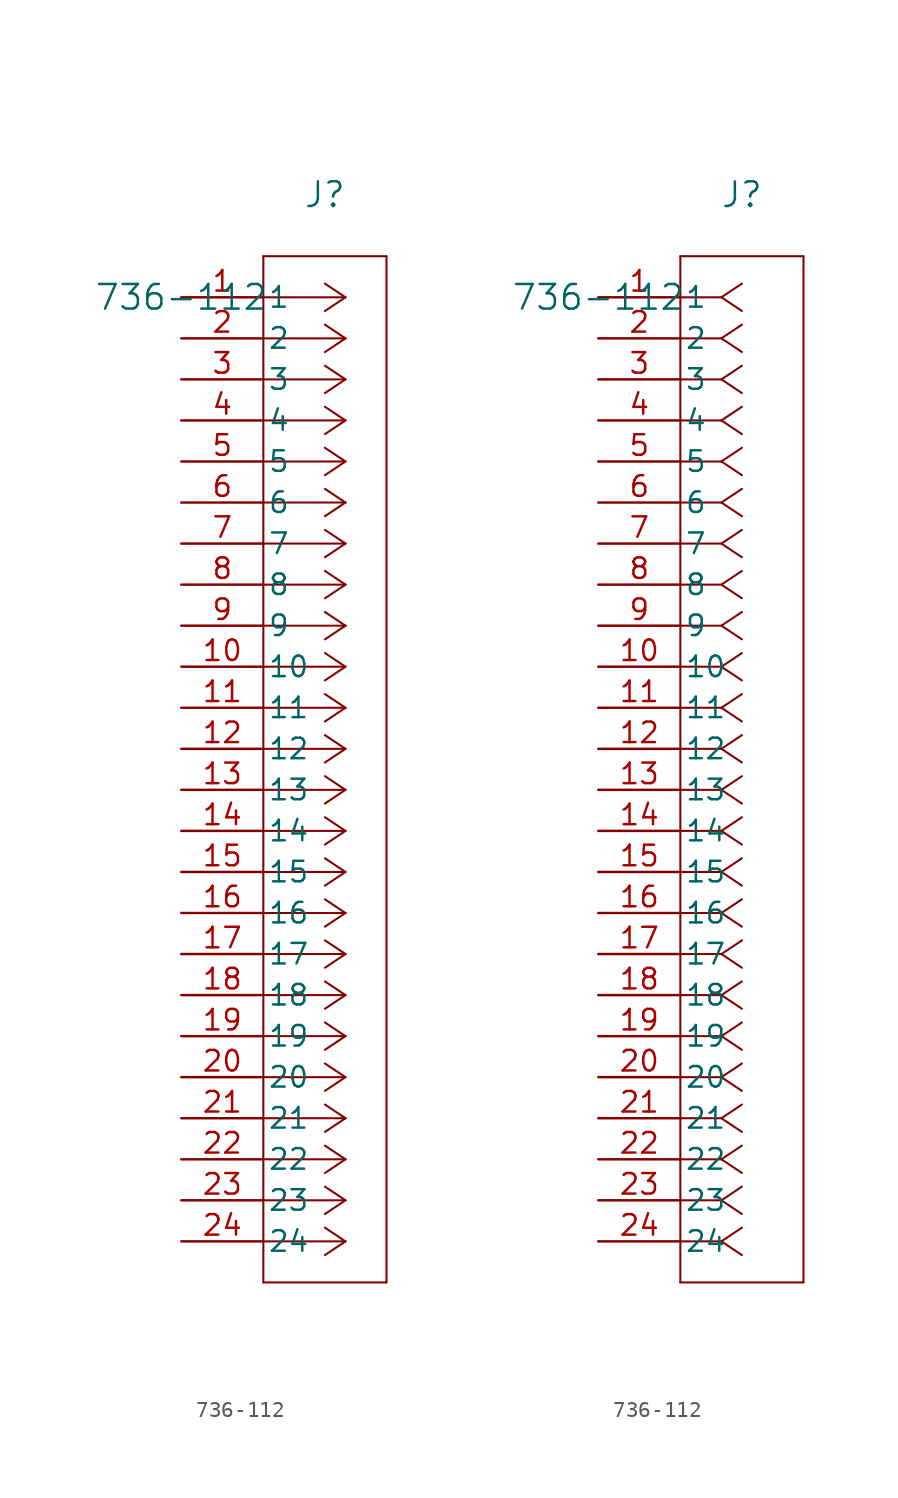
<source format=kicad_sym>
(kicad_symbol_lib
  (version 20220914)
  (generator kicad_symbol_editor)
  (symbol "736-112"
    (pin_names
      (offset 0.254))
    (property "Reference" "J"
      (at 8.89 6.35 0)
      (effects (font (size 1.524 1.524))))
    (property "Value" "736-112"
      (at 0 0 0)
      (effects (font (size 1.524 1.524))))
    (property "ki_locked" ""
      (at 0 0 0)
      (effects (font (size 1.27 1.27))))
    (symbol "736-112_1_1"
      (polyline (pts (xy 5.08 -60.96) (xy 12.7 -60.96)) (stroke (width 0.127) (type default)) (fill (type none)))
      (polyline (pts (xy 5.08 2.54) (xy 5.08 -60.96)) (stroke (width 0.127) (type default)) (fill (type none)))
      (polyline (pts (xy 10.16 -58.42) (xy 5.08 -58.42)) (stroke (width 0.127) (type default)) (fill (type none)))
      (polyline (pts (xy 10.16 -58.42) (xy 8.89 -59.267)) (stroke (width 0.127) (type default)) (fill (type none)))
      (polyline (pts (xy 10.16 -58.42) (xy 8.89 -57.573)) (stroke (width 0.127) (type default)) (fill (type none)))
      (polyline (pts (xy 10.16 -55.88) (xy 5.08 -55.88)) (stroke (width 0.127) (type default)) (fill (type none)))
      (polyline (pts (xy 10.16 -55.88) (xy 8.89 -56.727)) (stroke (width 0.127) (type default)) (fill (type none)))
      (polyline (pts (xy 10.16 -55.88) (xy 8.89 -55.033)) (stroke (width 0.127) (type default)) (fill (type none)))
      (polyline (pts (xy 10.16 -53.34) (xy 5.08 -53.34)) (stroke (width 0.127) (type default)) (fill (type none)))
      (polyline (pts (xy 10.16 -53.34) (xy 8.89 -54.187)) (stroke (width 0.127) (type default)) (fill (type none)))
      (polyline (pts (xy 10.16 -53.34) (xy 8.89 -52.493)) (stroke (width 0.127) (type default)) (fill (type none)))
      (polyline (pts (xy 10.16 -50.8) (xy 5.08 -50.8)) (stroke (width 0.127) (type default)) (fill (type none)))
      (polyline (pts (xy 10.16 -50.8) (xy 8.89 -51.647)) (stroke (width 0.127) (type default)) (fill (type none)))
      (polyline (pts (xy 10.16 -50.8) (xy 8.89 -49.953)) (stroke (width 0.127) (type default)) (fill (type none)))
      (polyline (pts (xy 10.16 -48.26) (xy 5.08 -48.26)) (stroke (width 0.127) (type default)) (fill (type none)))
      (polyline (pts (xy 10.16 -48.26) (xy 8.89 -49.107)) (stroke (width 0.127) (type default)) (fill (type none)))
      (polyline (pts (xy 10.16 -48.26) (xy 8.89 -47.413)) (stroke (width 0.127) (type default)) (fill (type none)))
      (polyline (pts (xy 10.16 -45.72) (xy 5.08 -45.72)) (stroke (width 0.127) (type default)) (fill (type none)))
      (polyline (pts (xy 10.16 -45.72) (xy 8.89 -46.567)) (stroke (width 0.127) (type default)) (fill (type none)))
      (polyline (pts (xy 10.16 -45.72) (xy 8.89 -44.873)) (stroke (width 0.127) (type default)) (fill (type none)))
      (polyline (pts (xy 10.16 -43.18) (xy 5.08 -43.18)) (stroke (width 0.127) (type default)) (fill (type none)))
      (polyline (pts (xy 10.16 -43.18) (xy 8.89 -44.027)) (stroke (width 0.127) (type default)) (fill (type none)))
      (polyline (pts (xy 10.16 -43.18) (xy 8.89 -42.333)) (stroke (width 0.127) (type default)) (fill (type none)))
      (polyline (pts (xy 10.16 -40.64) (xy 5.08 -40.64)) (stroke (width 0.127) (type default)) (fill (type none)))
      (polyline (pts (xy 10.16 -40.64) (xy 8.89 -41.487)) (stroke (width 0.127) (type default)) (fill (type none)))
      (polyline (pts (xy 10.16 -40.64) (xy 8.89 -39.793)) (stroke (width 0.127) (type default)) (fill (type none)))
      (polyline (pts (xy 10.16 -38.1) (xy 5.08 -38.1)) (stroke (width 0.127) (type default)) (fill (type none)))
      (polyline (pts (xy 10.16 -38.1) (xy 8.89 -38.947)) (stroke (width 0.127) (type default)) (fill (type none)))
      (polyline (pts (xy 10.16 -38.1) (xy 8.89 -37.253)) (stroke (width 0.127) (type default)) (fill (type none)))
      (polyline (pts (xy 10.16 -35.56) (xy 5.08 -35.56)) (stroke (width 0.127) (type default)) (fill (type none)))
      (polyline (pts (xy 10.16 -35.56) (xy 8.89 -36.407)) (stroke (width 0.127) (type default)) (fill (type none)))
      (polyline (pts (xy 10.16 -35.56) (xy 8.89 -34.713)) (stroke (width 0.127) (type default)) (fill (type none)))
      (polyline (pts (xy 10.16 -33.02) (xy 5.08 -33.02)) (stroke (width 0.127) (type default)) (fill (type none)))
      (polyline (pts (xy 10.16 -33.02) (xy 8.89 -33.867)) (stroke (width 0.127) (type default)) (fill (type none)))
      (polyline (pts (xy 10.16 -33.02) (xy 8.89 -32.173)) (stroke (width 0.127) (type default)) (fill (type none)))
      (polyline (pts (xy 10.16 -30.48) (xy 5.08 -30.48)) (stroke (width 0.127) (type default)) (fill (type none)))
      (polyline (pts (xy 10.16 -30.48) (xy 8.89 -31.327)) (stroke (width 0.127) (type default)) (fill (type none)))
      (polyline (pts (xy 10.16 -30.48) (xy 8.89 -29.633)) (stroke (width 0.127) (type default)) (fill (type none)))
      (polyline (pts (xy 10.16 -27.94) (xy 5.08 -27.94)) (stroke (width 0.127) (type default)) (fill (type none)))
      (polyline (pts (xy 10.16 -27.94) (xy 8.89 -28.787)) (stroke (width 0.127) (type default)) (fill (type none)))
      (polyline (pts (xy 10.16 -27.94) (xy 8.89 -27.093)) (stroke (width 0.127) (type default)) (fill (type none)))
      (polyline (pts (xy 10.16 -25.4) (xy 5.08 -25.4)) (stroke (width 0.127) (type default)) (fill (type none)))
      (polyline (pts (xy 10.16 -25.4) (xy 8.89 -26.247)) (stroke (width 0.127) (type default)) (fill (type none)))
      (polyline (pts (xy 10.16 -25.4) (xy 8.89 -24.553)) (stroke (width 0.127) (type default)) (fill (type none)))
      (polyline (pts (xy 10.16 -22.86) (xy 5.08 -22.86)) (stroke (width 0.127) (type default)) (fill (type none)))
      (polyline (pts (xy 10.16 -22.86) (xy 8.89 -23.707)) (stroke (width 0.127) (type default)) (fill (type none)))
      (polyline (pts (xy 10.16 -22.86) (xy 8.89 -22.013)) (stroke (width 0.127) (type default)) (fill (type none)))
      (polyline (pts (xy 10.16 -20.32) (xy 5.08 -20.32)) (stroke (width 0.127) (type default)) (fill (type none)))
      (polyline (pts (xy 10.16 -20.32) (xy 8.89 -21.167)) (stroke (width 0.127) (type default)) (fill (type none)))
      (polyline (pts (xy 10.16 -20.32) (xy 8.89 -19.473)) (stroke (width 0.127) (type default)) (fill (type none)))
      (polyline (pts (xy 10.16 -17.78) (xy 5.08 -17.78)) (stroke (width 0.127) (type default)) (fill (type none)))
      (polyline (pts (xy 10.16 -17.78) (xy 8.89 -18.627)) (stroke (width 0.127) (type default)) (fill (type none)))
      (polyline (pts (xy 10.16 -17.78) (xy 8.89 -16.933)) (stroke (width 0.127) (type default)) (fill (type none)))
      (polyline (pts (xy 10.16 -15.24) (xy 5.08 -15.24)) (stroke (width 0.127) (type default)) (fill (type none)))
      (polyline (pts (xy 10.16 -15.24) (xy 8.89 -16.087)) (stroke (width 0.127) (type default)) (fill (type none)))
      (polyline (pts (xy 10.16 -15.24) (xy 8.89 -14.393)) (stroke (width 0.127) (type default)) (fill (type none)))
      (polyline (pts (xy 10.16 -12.7) (xy 5.08 -12.7)) (stroke (width 0.127) (type default)) (fill (type none)))
      (polyline (pts (xy 10.16 -12.7) (xy 8.89 -13.547)) (stroke (width 0.127) (type default)) (fill (type none)))
      (polyline (pts (xy 10.16 -12.7) (xy 8.89 -11.853)) (stroke (width 0.127) (type default)) (fill (type none)))
      (polyline (pts (xy 10.16 -10.16) (xy 5.08 -10.16)) (stroke (width 0.127) (type default)) (fill (type none)))
      (polyline (pts (xy 10.16 -10.16) (xy 8.89 -11.007)) (stroke (width 0.127) (type default)) (fill (type none)))
      (polyline (pts (xy 10.16 -10.16) (xy 8.89 -9.313)) (stroke (width 0.127) (type default)) (fill (type none)))
      (polyline (pts (xy 10.16 -7.62) (xy 5.08 -7.62)) (stroke (width 0.127) (type default)) (fill (type none)))
      (polyline (pts (xy 10.16 -7.62) (xy 8.89 -8.467)) (stroke (width 0.127) (type default)) (fill (type none)))
      (polyline (pts (xy 10.16 -7.62) (xy 8.89 -6.773)) (stroke (width 0.127) (type default)) (fill (type none)))
      (polyline (pts (xy 10.16 -5.08) (xy 5.08 -5.08)) (stroke (width 0.127) (type default)) (fill (type none)))
      (polyline (pts (xy 10.16 -5.08) (xy 8.89 -5.927)) (stroke (width 0.127) (type default)) (fill (type none)))
      (polyline (pts (xy 10.16 -5.08) (xy 8.89 -4.233)) (stroke (width 0.127) (type default)) (fill (type none)))
      (polyline (pts (xy 10.16 -2.54) (xy 5.08 -2.54)) (stroke (width 0.127) (type default)) (fill (type none)))
      (polyline (pts (xy 10.16 -2.54) (xy 8.89 -3.387)) (stroke (width 0.127) (type default)) (fill (type none)))
      (polyline (pts (xy 10.16 -2.54) (xy 8.89 -1.693)) (stroke (width 0.127) (type default)) (fill (type none)))
      (polyline (pts (xy 10.16 0) (xy 5.08 0)) (stroke (width 0.127) (type default)) (fill (type none)))
      (polyline (pts (xy 10.16 0) (xy 8.89 -0.847)) (stroke (width 0.127) (type default)) (fill (type none)))
      (polyline (pts (xy 10.16 0) (xy 8.89 0.847)) (stroke (width 0.127) (type default)) (fill (type none)))
      (polyline (pts (xy 12.7 -60.96) (xy 12.7 2.54)) (stroke (width 0.127) (type default)) (fill (type none)))
      (polyline (pts (xy 12.7 2.54) (xy 5.08 2.54)) (stroke (width 0.127) (type default)) (fill (type none)))
      (pin unspecified line (at 0 0 0) (length 5.08) (name "1" (effects (font (size 1.27 1.27)))) (number "1" (effects (font (size 1.27 1.27)))))
      (pin unspecified line (at 0 -22.86 0) (length 5.08) (name "10" (effects (font (size 1.27 1.27)))) (number "10" (effects (font (size 1.27 1.27)))))
      (pin unspecified line (at 0 -25.4 0) (length 5.08) (name "11" (effects (font (size 1.27 1.27)))) (number "11" (effects (font (size 1.27 1.27)))))
      (pin unspecified line (at 0 -27.94 0) (length 5.08) (name "12" (effects (font (size 1.27 1.27)))) (number "12" (effects (font (size 1.27 1.27)))))
      (pin unspecified line (at 0 -30.48 0) (length 5.08) (name "13" (effects (font (size 1.27 1.27)))) (number "13" (effects (font (size 1.27 1.27)))))
      (pin unspecified line (at 0 -33.02 0) (length 5.08) (name "14" (effects (font (size 1.27 1.27)))) (number "14" (effects (font (size 1.27 1.27)))))
      (pin unspecified line (at 0 -35.56 0) (length 5.08) (name "15" (effects (font (size 1.27 1.27)))) (number "15" (effects (font (size 1.27 1.27)))))
      (pin unspecified line (at 0 -38.1 0) (length 5.08) (name "16" (effects (font (size 1.27 1.27)))) (number "16" (effects (font (size 1.27 1.27)))))
      (pin unspecified line (at 0 -40.64 0) (length 5.08) (name "17" (effects (font (size 1.27 1.27)))) (number "17" (effects (font (size 1.27 1.27)))))
      (pin unspecified line (at 0 -43.18 0) (length 5.08) (name "18" (effects (font (size 1.27 1.27)))) (number "18" (effects (font (size 1.27 1.27)))))
      (pin unspecified line (at 0 -45.72 0) (length 5.08) (name "19" (effects (font (size 1.27 1.27)))) (number "19" (effects (font (size 1.27 1.27)))))
      (pin unspecified line (at 0 -2.54 0) (length 5.08) (name "2" (effects (font (size 1.27 1.27)))) (number "2" (effects (font (size 1.27 1.27)))))
      (pin unspecified line (at 0 -48.26 0) (length 5.08) (name "20" (effects (font (size 1.27 1.27)))) (number "20" (effects (font (size 1.27 1.27)))))
      (pin unspecified line (at 0 -50.8 0) (length 5.08) (name "21" (effects (font (size 1.27 1.27)))) (number "21" (effects (font (size 1.27 1.27)))))
      (pin unspecified line (at 0 -53.34 0) (length 5.08) (name "22" (effects (font (size 1.27 1.27)))) (number "22" (effects (font (size 1.27 1.27)))))
      (pin unspecified line (at 0 -55.88 0) (length 5.08) (name "23" (effects (font (size 1.27 1.27)))) (number "23" (effects (font (size 1.27 1.27)))))
      (pin unspecified line (at 0 -58.42 0) (length 5.08) (name "24" (effects (font (size 1.27 1.27)))) (number "24" (effects (font (size 1.27 1.27)))))
      (pin unspecified line (at 0 -5.08 0) (length 5.08) (name "3" (effects (font (size 1.27 1.27)))) (number "3" (effects (font (size 1.27 1.27)))))
      (pin unspecified line (at 0 -7.62 0) (length 5.08) (name "4" (effects (font (size 1.27 1.27)))) (number "4" (effects (font (size 1.27 1.27)))))
      (pin unspecified line (at 0 -10.16 0) (length 5.08) (name "5" (effects (font (size 1.27 1.27)))) (number "5" (effects (font (size 1.27 1.27)))))
      (pin unspecified line (at 0 -12.7 0) (length 5.08) (name "6" (effects (font (size 1.27 1.27)))) (number "6" (effects (font (size 1.27 1.27)))))
      (pin unspecified line (at 0 -15.24 0) (length 5.08) (name "7" (effects (font (size 1.27 1.27)))) (number "7" (effects (font (size 1.27 1.27)))))
      (pin unspecified line (at 0 -17.78 0) (length 5.08) (name "8" (effects (font (size 1.27 1.27)))) (number "8" (effects (font (size 1.27 1.27)))))
      (pin unspecified line (at 0 -20.32 0) (length 5.08) (name "9" (effects (font (size 1.27 1.27)))) (number "9" (effects (font (size 1.27 1.27))))))
    (symbol "736-112_1_2"
      (polyline (pts (xy 5.08 -60.96) (xy 12.7 -60.96)) (stroke (width 0.127) (type default)) (fill (type none)))
      (polyline (pts (xy 5.08 2.54) (xy 5.08 -60.96)) (stroke (width 0.127) (type default)) (fill (type none)))
      (polyline (pts (xy 7.62 -58.42) (xy 5.08 -58.42)) (stroke (width 0.127) (type default)) (fill (type none)))
      (polyline (pts (xy 7.62 -58.42) (xy 8.89 -59.267)) (stroke (width 0.127) (type default)) (fill (type none)))
      (polyline (pts (xy 7.62 -58.42) (xy 8.89 -57.573)) (stroke (width 0.127) (type default)) (fill (type none)))
      (polyline (pts (xy 7.62 -55.88) (xy 5.08 -55.88)) (stroke (width 0.127) (type default)) (fill (type none)))
      (polyline (pts (xy 7.62 -55.88) (xy 8.89 -56.727)) (stroke (width 0.127) (type default)) (fill (type none)))
      (polyline (pts (xy 7.62 -55.88) (xy 8.89 -55.033)) (stroke (width 0.127) (type default)) (fill (type none)))
      (polyline (pts (xy 7.62 -53.34) (xy 5.08 -53.34)) (stroke (width 0.127) (type default)) (fill (type none)))
      (polyline (pts (xy 7.62 -53.34) (xy 8.89 -54.187)) (stroke (width 0.127) (type default)) (fill (type none)))
      (polyline (pts (xy 7.62 -53.34) (xy 8.89 -52.493)) (stroke (width 0.127) (type default)) (fill (type none)))
      (polyline (pts (xy 7.62 -50.8) (xy 5.08 -50.8)) (stroke (width 0.127) (type default)) (fill (type none)))
      (polyline (pts (xy 7.62 -50.8) (xy 8.89 -51.647)) (stroke (width 0.127) (type default)) (fill (type none)))
      (polyline (pts (xy 7.62 -50.8) (xy 8.89 -49.953)) (stroke (width 0.127) (type default)) (fill (type none)))
      (polyline (pts (xy 7.62 -48.26) (xy 5.08 -48.26)) (stroke (width 0.127) (type default)) (fill (type none)))
      (polyline (pts (xy 7.62 -48.26) (xy 8.89 -49.107)) (stroke (width 0.127) (type default)) (fill (type none)))
      (polyline (pts (xy 7.62 -48.26) (xy 8.89 -47.413)) (stroke (width 0.127) (type default)) (fill (type none)))
      (polyline (pts (xy 7.62 -45.72) (xy 5.08 -45.72)) (stroke (width 0.127) (type default)) (fill (type none)))
      (polyline (pts (xy 7.62 -45.72) (xy 8.89 -46.567)) (stroke (width 0.127) (type default)) (fill (type none)))
      (polyline (pts (xy 7.62 -45.72) (xy 8.89 -44.873)) (stroke (width 0.127) (type default)) (fill (type none)))
      (polyline (pts (xy 7.62 -43.18) (xy 5.08 -43.18)) (stroke (width 0.127) (type default)) (fill (type none)))
      (polyline (pts (xy 7.62 -43.18) (xy 8.89 -44.027)) (stroke (width 0.127) (type default)) (fill (type none)))
      (polyline (pts (xy 7.62 -43.18) (xy 8.89 -42.333)) (stroke (width 0.127) (type default)) (fill (type none)))
      (polyline (pts (xy 7.62 -40.64) (xy 5.08 -40.64)) (stroke (width 0.127) (type default)) (fill (type none)))
      (polyline (pts (xy 7.62 -40.64) (xy 8.89 -41.487)) (stroke (width 0.127) (type default)) (fill (type none)))
      (polyline (pts (xy 7.62 -40.64) (xy 8.89 -39.793)) (stroke (width 0.127) (type default)) (fill (type none)))
      (polyline (pts (xy 7.62 -38.1) (xy 5.08 -38.1)) (stroke (width 0.127) (type default)) (fill (type none)))
      (polyline (pts (xy 7.62 -38.1) (xy 8.89 -38.947)) (stroke (width 0.127) (type default)) (fill (type none)))
      (polyline (pts (xy 7.62 -38.1) (xy 8.89 -37.253)) (stroke (width 0.127) (type default)) (fill (type none)))
      (polyline (pts (xy 7.62 -35.56) (xy 5.08 -35.56)) (stroke (width 0.127) (type default)) (fill (type none)))
      (polyline (pts (xy 7.62 -35.56) (xy 8.89 -36.407)) (stroke (width 0.127) (type default)) (fill (type none)))
      (polyline (pts (xy 7.62 -35.56) (xy 8.89 -34.713)) (stroke (width 0.127) (type default)) (fill (type none)))
      (polyline (pts (xy 7.62 -33.02) (xy 5.08 -33.02)) (stroke (width 0.127) (type default)) (fill (type none)))
      (polyline (pts (xy 7.62 -33.02) (xy 8.89 -33.867)) (stroke (width 0.127) (type default)) (fill (type none)))
      (polyline (pts (xy 7.62 -33.02) (xy 8.89 -32.173)) (stroke (width 0.127) (type default)) (fill (type none)))
      (polyline (pts (xy 7.62 -30.48) (xy 5.08 -30.48)) (stroke (width 0.127) (type default)) (fill (type none)))
      (polyline (pts (xy 7.62 -30.48) (xy 8.89 -31.327)) (stroke (width 0.127) (type default)) (fill (type none)))
      (polyline (pts (xy 7.62 -30.48) (xy 8.89 -29.633)) (stroke (width 0.127) (type default)) (fill (type none)))
      (polyline (pts (xy 7.62 -27.94) (xy 5.08 -27.94)) (stroke (width 0.127) (type default)) (fill (type none)))
      (polyline (pts (xy 7.62 -27.94) (xy 8.89 -28.787)) (stroke (width 0.127) (type default)) (fill (type none)))
      (polyline (pts (xy 7.62 -27.94) (xy 8.89 -27.093)) (stroke (width 0.127) (type default)) (fill (type none)))
      (polyline (pts (xy 7.62 -25.4) (xy 5.08 -25.4)) (stroke (width 0.127) (type default)) (fill (type none)))
      (polyline (pts (xy 7.62 -25.4) (xy 8.89 -26.247)) (stroke (width 0.127) (type default)) (fill (type none)))
      (polyline (pts (xy 7.62 -25.4) (xy 8.89 -24.553)) (stroke (width 0.127) (type default)) (fill (type none)))
      (polyline (pts (xy 7.62 -22.86) (xy 5.08 -22.86)) (stroke (width 0.127) (type default)) (fill (type none)))
      (polyline (pts (xy 7.62 -22.86) (xy 8.89 -23.707)) (stroke (width 0.127) (type default)) (fill (type none)))
      (polyline (pts (xy 7.62 -22.86) (xy 8.89 -22.013)) (stroke (width 0.127) (type default)) (fill (type none)))
      (polyline (pts (xy 7.62 -20.32) (xy 5.08 -20.32)) (stroke (width 0.127) (type default)) (fill (type none)))
      (polyline (pts (xy 7.62 -20.32) (xy 8.89 -21.167)) (stroke (width 0.127) (type default)) (fill (type none)))
      (polyline (pts (xy 7.62 -20.32) (xy 8.89 -19.473)) (stroke (width 0.127) (type default)) (fill (type none)))
      (polyline (pts (xy 7.62 -17.78) (xy 5.08 -17.78)) (stroke (width 0.127) (type default)) (fill (type none)))
      (polyline (pts (xy 7.62 -17.78) (xy 8.89 -18.627)) (stroke (width 0.127) (type default)) (fill (type none)))
      (polyline (pts (xy 7.62 -17.78) (xy 8.89 -16.933)) (stroke (width 0.127) (type default)) (fill (type none)))
      (polyline (pts (xy 7.62 -15.24) (xy 5.08 -15.24)) (stroke (width 0.127) (type default)) (fill (type none)))
      (polyline (pts (xy 7.62 -15.24) (xy 8.89 -16.087)) (stroke (width 0.127) (type default)) (fill (type none)))
      (polyline (pts (xy 7.62 -15.24) (xy 8.89 -14.393)) (stroke (width 0.127) (type default)) (fill (type none)))
      (polyline (pts (xy 7.62 -12.7) (xy 5.08 -12.7)) (stroke (width 0.127) (type default)) (fill (type none)))
      (polyline (pts (xy 7.62 -12.7) (xy 8.89 -13.547)) (stroke (width 0.127) (type default)) (fill (type none)))
      (polyline (pts (xy 7.62 -12.7) (xy 8.89 -11.853)) (stroke (width 0.127) (type default)) (fill (type none)))
      (polyline (pts (xy 7.62 -10.16) (xy 5.08 -10.16)) (stroke (width 0.127) (type default)) (fill (type none)))
      (polyline (pts (xy 7.62 -10.16) (xy 8.89 -11.007)) (stroke (width 0.127) (type default)) (fill (type none)))
      (polyline (pts (xy 7.62 -10.16) (xy 8.89 -9.313)) (stroke (width 0.127) (type default)) (fill (type none)))
      (polyline (pts (xy 7.62 -7.62) (xy 5.08 -7.62)) (stroke (width 0.127) (type default)) (fill (type none)))
      (polyline (pts (xy 7.62 -7.62) (xy 8.89 -8.467)) (stroke (width 0.127) (type default)) (fill (type none)))
      (polyline (pts (xy 7.62 -7.62) (xy 8.89 -6.773)) (stroke (width 0.127) (type default)) (fill (type none)))
      (polyline (pts (xy 7.62 -5.08) (xy 5.08 -5.08)) (stroke (width 0.127) (type default)) (fill (type none)))
      (polyline (pts (xy 7.62 -5.08) (xy 8.89 -5.927)) (stroke (width 0.127) (type default)) (fill (type none)))
      (polyline (pts (xy 7.62 -5.08) (xy 8.89 -4.233)) (stroke (width 0.127) (type default)) (fill (type none)))
      (polyline (pts (xy 7.62 -2.54) (xy 5.08 -2.54)) (stroke (width 0.127) (type default)) (fill (type none)))
      (polyline (pts (xy 7.62 -2.54) (xy 8.89 -3.387)) (stroke (width 0.127) (type default)) (fill (type none)))
      (polyline (pts (xy 7.62 -2.54) (xy 8.89 -1.693)) (stroke (width 0.127) (type default)) (fill (type none)))
      (polyline (pts (xy 7.62 0) (xy 5.08 0)) (stroke (width 0.127) (type default)) (fill (type none)))
      (polyline (pts (xy 7.62 0) (xy 8.89 -0.847)) (stroke (width 0.127) (type default)) (fill (type none)))
      (polyline (pts (xy 7.62 0) (xy 8.89 0.847)) (stroke (width 0.127) (type default)) (fill (type none)))
      (polyline (pts (xy 12.7 -60.96) (xy 12.7 2.54)) (stroke (width 0.127) (type default)) (fill (type none)))
      (polyline (pts (xy 12.7 2.54) (xy 5.08 2.54)) (stroke (width 0.127) (type default)) (fill (type none)))
      (pin unspecified line (at 0 0 0) (length 5.08) (name "1" (effects (font (size 1.27 1.27)))) (number "1" (effects (font (size 1.27 1.27)))))
      (pin unspecified line (at 0 -22.86 0) (length 5.08) (name "10" (effects (font (size 1.27 1.27)))) (number "10" (effects (font (size 1.27 1.27)))))
      (pin unspecified line (at 0 -25.4 0) (length 5.08) (name "11" (effects (font (size 1.27 1.27)))) (number "11" (effects (font (size 1.27 1.27)))))
      (pin unspecified line (at 0 -27.94 0) (length 5.08) (name "12" (effects (font (size 1.27 1.27)))) (number "12" (effects (font (size 1.27 1.27)))))
      (pin unspecified line (at 0 -30.48 0) (length 5.08) (name "13" (effects (font (size 1.27 1.27)))) (number "13" (effects (font (size 1.27 1.27)))))
      (pin unspecified line (at 0 -33.02 0) (length 5.08) (name "14" (effects (font (size 1.27 1.27)))) (number "14" (effects (font (size 1.27 1.27)))))
      (pin unspecified line (at 0 -35.56 0) (length 5.08) (name "15" (effects (font (size 1.27 1.27)))) (number "15" (effects (font (size 1.27 1.27)))))
      (pin unspecified line (at 0 -38.1 0) (length 5.08) (name "16" (effects (font (size 1.27 1.27)))) (number "16" (effects (font (size 1.27 1.27)))))
      (pin unspecified line (at 0 -40.64 0) (length 5.08) (name "17" (effects (font (size 1.27 1.27)))) (number "17" (effects (font (size 1.27 1.27)))))
      (pin unspecified line (at 0 -43.18 0) (length 5.08) (name "18" (effects (font (size 1.27 1.27)))) (number "18" (effects (font (size 1.27 1.27)))))
      (pin unspecified line (at 0 -45.72 0) (length 5.08) (name "19" (effects (font (size 1.27 1.27)))) (number "19" (effects (font (size 1.27 1.27)))))
      (pin unspecified line (at 0 -2.54 0) (length 5.08) (name "2" (effects (font (size 1.27 1.27)))) (number "2" (effects (font (size 1.27 1.27)))))
      (pin unspecified line (at 0 -48.26 0) (length 5.08) (name "20" (effects (font (size 1.27 1.27)))) (number "20" (effects (font (size 1.27 1.27)))))
      (pin unspecified line (at 0 -50.8 0) (length 5.08) (name "21" (effects (font (size 1.27 1.27)))) (number "21" (effects (font (size 1.27 1.27)))))
      (pin unspecified line (at 0 -53.34 0) (length 5.08) (name "22" (effects (font (size 1.27 1.27)))) (number "22" (effects (font (size 1.27 1.27)))))
      (pin unspecified line (at 0 -55.88 0) (length 5.08) (name "23" (effects (font (size 1.27 1.27)))) (number "23" (effects (font (size 1.27 1.27)))))
      (pin unspecified line (at 0 -58.42 0) (length 5.08) (name "24" (effects (font (size 1.27 1.27)))) (number "24" (effects (font (size 1.27 1.27)))))
      (pin unspecified line (at 0 -5.08 0) (length 5.08) (name "3" (effects (font (size 1.27 1.27)))) (number "3" (effects (font (size 1.27 1.27)))))
      (pin unspecified line (at 0 -7.62 0) (length 5.08) (name "4" (effects (font (size 1.27 1.27)))) (number "4" (effects (font (size 1.27 1.27)))))
      (pin unspecified line (at 0 -10.16 0) (length 5.08) (name "5" (effects (font (size 1.27 1.27)))) (number "5" (effects (font (size 1.27 1.27)))))
      (pin unspecified line (at 0 -12.7 0) (length 5.08) (name "6" (effects (font (size 1.27 1.27)))) (number "6" (effects (font (size 1.27 1.27)))))
      (pin unspecified line (at 0 -15.24 0) (length 5.08) (name "7" (effects (font (size 1.27 1.27)))) (number "7" (effects (font (size 1.27 1.27)))))
      (pin unspecified line (at 0 -17.78 0) (length 5.08) (name "8" (effects (font (size 1.27 1.27)))) (number "8" (effects (font (size 1.27 1.27)))))
      (pin unspecified line (at 0 -20.32 0) (length 5.08) (name "9" (effects (font (size 1.27 1.27)))) (number "9" (effects (font (size 1.27 1.27))))))))
</source>
